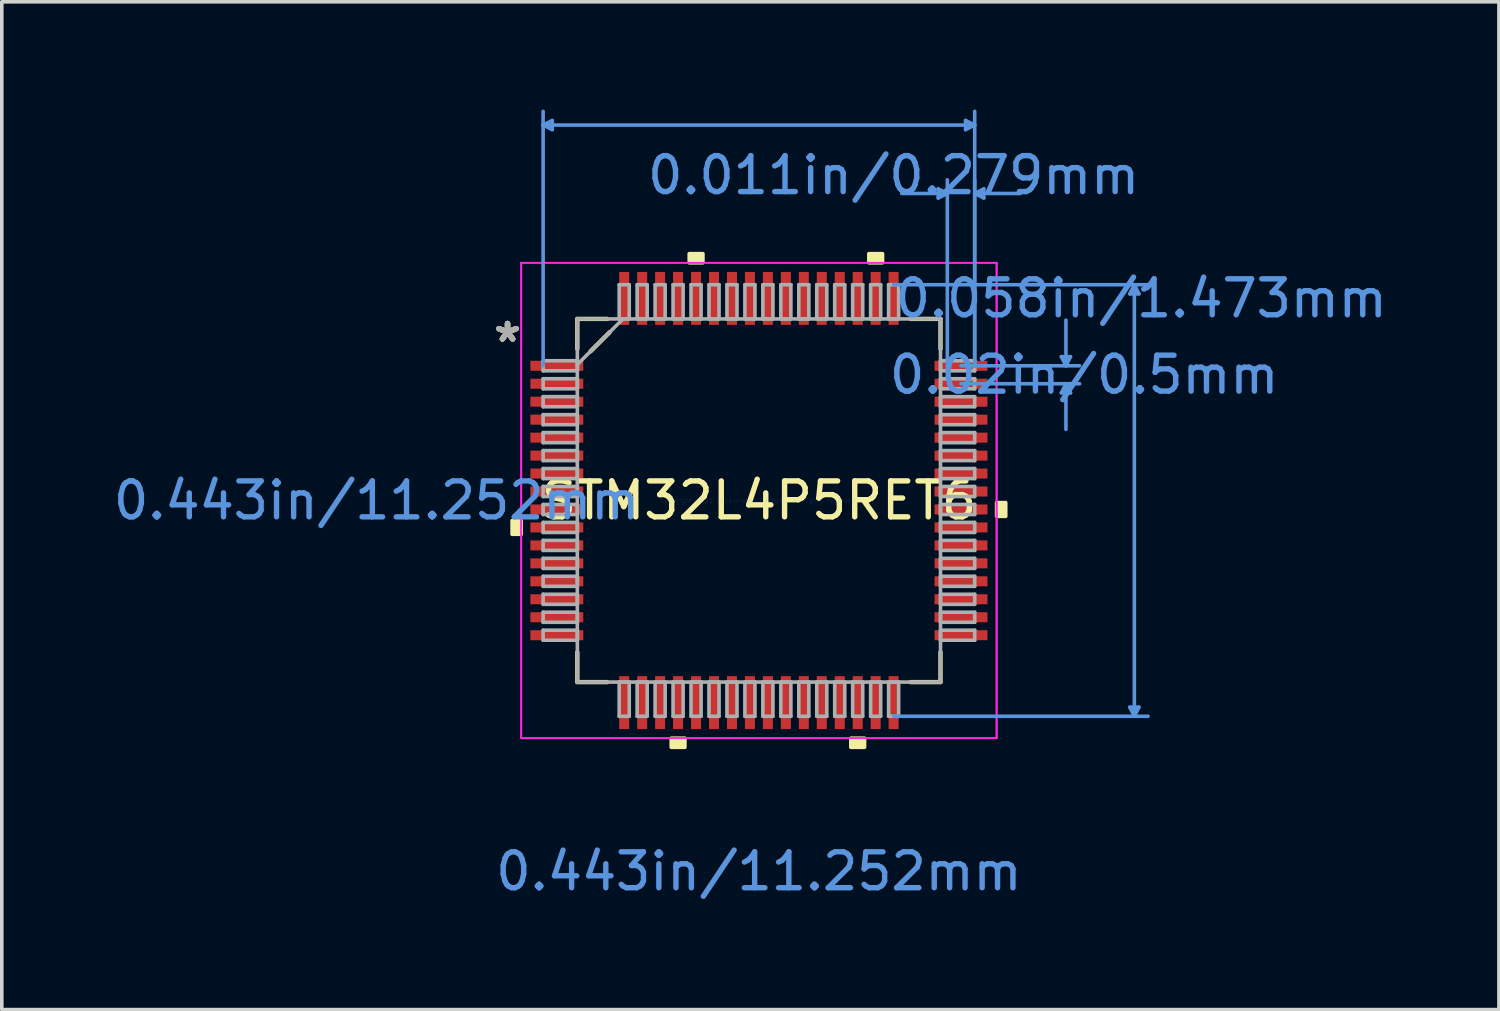
<source format=kicad_pcb>
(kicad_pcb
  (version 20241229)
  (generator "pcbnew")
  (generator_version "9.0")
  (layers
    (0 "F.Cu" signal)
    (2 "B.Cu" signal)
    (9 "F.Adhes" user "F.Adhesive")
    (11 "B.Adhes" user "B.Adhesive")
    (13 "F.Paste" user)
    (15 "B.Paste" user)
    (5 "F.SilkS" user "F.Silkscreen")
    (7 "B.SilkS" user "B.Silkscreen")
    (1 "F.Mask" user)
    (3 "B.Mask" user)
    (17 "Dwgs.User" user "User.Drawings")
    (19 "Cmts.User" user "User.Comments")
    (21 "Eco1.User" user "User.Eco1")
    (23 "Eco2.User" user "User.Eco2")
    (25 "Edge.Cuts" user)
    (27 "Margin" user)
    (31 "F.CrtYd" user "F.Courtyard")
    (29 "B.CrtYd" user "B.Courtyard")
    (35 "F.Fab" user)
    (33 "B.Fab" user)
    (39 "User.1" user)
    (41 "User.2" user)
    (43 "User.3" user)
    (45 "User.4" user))
  (footprint "STM32L4P5RET6"
    (layer "F.Cu")
    (at 18.077 10.883)
    (property "Reference" "STM32L4P5RET6" (at 0 0 0) (layer "F.SilkS") (effects (font (size 1 1) (thickness 0.15))))
    (attr through_hole)
    (fp_line (start -5.055 -5.055) (end -5.055 -4.222) (stroke (width 0.12) (type solid)) (layer "F.SilkS"))
    (fp_line (start -5.055 4.222) (end -5.055 5.055) (stroke (width 0.12) (type solid)) (layer "F.SilkS"))
    (fp_line (start -5.055 5.055) (end -4.222 5.055) (stroke (width 0.12) (type solid)) (layer "F.SilkS"))
    (fp_line (start -4.686 -4.153) (end -4.153 -4.686) (stroke (width 0.12) (type solid)) (layer "F.SilkS"))
    (fp_line (start -4.222 -5.055) (end -5.055 -5.055) (stroke (width 0.12) (type solid)) (layer "F.SilkS"))
    (fp_line (start 4.222 5.055) (end 5.055 5.055) (stroke (width 0.12) (type solid)) (layer "F.SilkS"))
    (fp_line (start 5.055 -5.055) (end 4.222 -5.055) (stroke (width 0.12) (type solid)) (layer "F.SilkS"))
    (fp_line (start 5.055 -4.222) (end 5.055 -5.055) (stroke (width 0.12) (type solid)) (layer "F.SilkS"))
    (fp_line (start 5.055 5.055) (end 5.055 4.222) (stroke (width 0.12) (type solid)) (layer "F.SilkS"))
    (fp_poly (pts (xy -6.871 0.56) (xy -6.871 0.941) (xy -6.617 0.941) (xy -6.617 0.56)) (stroke (width 0.1) (type solid)) (fill yes) (layer "F.SilkS"))
    (fp_poly (pts (xy -2.441 6.617) (xy -2.441 6.871) (xy -2.06 6.871) (xy -2.06 6.617)) (stroke (width 0.1) (type solid)) (fill yes) (layer "F.SilkS"))
    (fp_poly (pts (xy -1.94 -6.617) (xy -1.94 -6.871) (xy -1.559 -6.871) (xy -1.559 -6.617)) (stroke (width 0.1) (type solid)) (fill yes) (layer "F.SilkS"))
    (fp_poly (pts (xy 2.559 6.617) (xy 2.559 6.871) (xy 2.941 6.871) (xy 2.941 6.617)) (stroke (width 0.1) (type solid)) (fill yes) (layer "F.SilkS"))
    (fp_poly (pts (xy 3.06 -6.617) (xy 3.06 -6.871) (xy 3.441 -6.871) (xy 3.441 -6.617)) (stroke (width 0.1) (type solid)) (fill yes) (layer "F.SilkS"))
    (fp_poly (pts (xy 6.871 0.059) (xy 6.871 0.441) (xy 6.617 0.441) (xy 6.617 0.059)) (stroke (width 0.1) (type solid)) (fill yes) (layer "F.SilkS"))
    (fp_line (start -6.007 -10.452) (end -5.753 -10.579) (stroke (width 0.1) (type solid)) (layer "Cmts.User"))
    (fp_line (start -6.007 -10.452) (end -5.753 -10.325) (stroke (width 0.1) (type solid)) (layer "Cmts.User"))
    (fp_line (start -6.007 -10.452) (end 6.007 -10.452) (stroke (width 0.1) (type solid)) (layer "Cmts.User"))
    (fp_line (start -6.007 -3.75) (end -6.007 -10.833) (stroke (width 0.1) (type solid)) (layer "Cmts.User"))
    (fp_line (start -5.753 -10.579) (end -5.753 -10.325) (stroke (width 0.1) (type solid)) (layer "Cmts.User"))
    (fp_line (start 3.75 -6.007) (end 10.833 -6.007) (stroke (width 0.1) (type solid)) (layer "Cmts.User"))
    (fp_line (start 3.75 6.007) (end 10.833 6.007) (stroke (width 0.1) (type solid)) (layer "Cmts.User"))
    (fp_line (start 4.991 -8.674) (end 4.991 -8.42) (stroke (width 0.1) (type solid)) (layer "Cmts.User"))
    (fp_line (start 5.245 -8.547) (end 3.975 -8.547) (stroke (width 0.1) (type solid)) (layer "Cmts.User"))
    (fp_line (start 5.245 -8.547) (end 4.991 -8.674) (stroke (width 0.1) (type solid)) (layer "Cmts.User"))
    (fp_line (start 5.245 -8.547) (end 4.991 -8.42) (stroke (width 0.1) (type solid)) (layer "Cmts.User"))
    (fp_line (start 5.245 -3.75) (end 5.245 -8.928) (stroke (width 0.1) (type solid)) (layer "Cmts.User"))
    (fp_line (start 5.626 -3.75) (end 8.928 -3.75) (stroke (width 0.1) (type solid)) (layer "Cmts.User"))
    (fp_line (start 5.626 -3.25) (end 8.928 -3.25) (stroke (width 0.1) (type solid)) (layer "Cmts.User"))
    (fp_line (start 5.753 -10.579) (end 5.753 -10.325) (stroke (width 0.1) (type solid)) (layer "Cmts.User"))
    (fp_line (start 6.007 -10.452) (end 5.753 -10.579) (stroke (width 0.1) (type solid)) (layer "Cmts.User"))
    (fp_line (start 6.007 -10.452) (end 5.753 -10.325) (stroke (width 0.1) (type solid)) (layer "Cmts.User"))
    (fp_line (start 6.007 -8.547) (end 6.261 -8.674) (stroke (width 0.1) (type solid)) (layer "Cmts.User"))
    (fp_line (start 6.007 -8.547) (end 6.261 -8.42) (stroke (width 0.1) (type solid)) (layer "Cmts.User"))
    (fp_line (start 6.007 -8.547) (end 7.277 -8.547) (stroke (width 0.1) (type solid)) (layer "Cmts.User"))
    (fp_line (start 6.007 -3.75) (end 6.007 -10.833) (stroke (width 0.1) (type solid)) (layer "Cmts.User"))
    (fp_line (start 6.007 -3.75) (end 6.007 -8.928) (stroke (width 0.1) (type solid)) (layer "Cmts.User"))
    (fp_line (start 6.261 -8.674) (end 6.261 -8.42) (stroke (width 0.1) (type solid)) (layer "Cmts.User"))
    (fp_line (start 8.42 -4.004) (end 8.674 -4.004) (stroke (width 0.1) (type solid)) (layer "Cmts.User"))
    (fp_line (start 8.42 -2.996) (end 8.674 -2.996) (stroke (width 0.1) (type solid)) (layer "Cmts.User"))
    (fp_line (start 8.547 -3.75) (end 8.42 -4.004) (stroke (width 0.1) (type solid)) (layer "Cmts.User"))
    (fp_line (start 8.547 -3.75) (end 8.547 -5.02) (stroke (width 0.1) (type solid)) (layer "Cmts.User"))
    (fp_line (start 8.547 -3.75) (end 8.674 -4.004) (stroke (width 0.1) (type solid)) (layer "Cmts.User"))
    (fp_line (start 8.547 -3.25) (end 8.42 -2.996) (stroke (width 0.1) (type solid)) (layer "Cmts.User"))
    (fp_line (start 8.547 -3.25) (end 8.547 -1.98) (stroke (width 0.1) (type solid)) (layer "Cmts.User"))
    (fp_line (start 8.547 -3.25) (end 8.674 -2.996) (stroke (width 0.1) (type solid)) (layer "Cmts.User"))
    (fp_line (start 10.325 -5.753) (end 10.579 -5.753) (stroke (width 0.1) (type solid)) (layer "Cmts.User"))
    (fp_line (start 10.325 5.753) (end 10.579 5.753) (stroke (width 0.1) (type solid)) (layer "Cmts.User"))
    (fp_line (start 10.452 -6.007) (end 10.325 -5.753) (stroke (width 0.1) (type solid)) (layer "Cmts.User"))
    (fp_line (start 10.452 -6.007) (end 10.452 6.007) (stroke (width 0.1) (type solid)) (layer "Cmts.User"))
    (fp_line (start 10.452 -6.007) (end 10.579 -5.753) (stroke (width 0.1) (type solid)) (layer "Cmts.User"))
    (fp_line (start 10.452 6.007) (end 10.325 5.753) (stroke (width 0.1) (type solid)) (layer "Cmts.User"))
    (fp_line (start 10.452 6.007) (end 10.579 5.753) (stroke (width 0.1) (type solid)) (layer "Cmts.User"))
    (fp_line (start -6.617 -6.617) (end 6.617 -6.617) (stroke (width 0.05) (type solid)) (layer "F.CrtYd"))
    (fp_line (start -6.617 -6.617) (end 6.617 -6.617) (stroke (width 0.05) (type solid)) (layer "F.CrtYd"))
    (fp_line (start -6.617 6.617) (end -6.617 -6.617) (stroke (width 0.05) (type solid)) (layer "F.CrtYd"))
    (fp_line (start -6.617 6.617) (end -6.617 -6.617) (stroke (width 0.05) (type solid)) (layer "F.CrtYd"))
    (fp_line (start 6.617 -6.617) (end 6.617 6.617) (stroke (width 0.05) (type solid)) (layer "F.CrtYd"))
    (fp_line (start 6.617 -6.617) (end 6.617 6.617) (stroke (width 0.05) (type solid)) (layer "F.CrtYd"))
    (fp_line (start 6.617 6.617) (end -6.617 6.617) (stroke (width 0.05) (type solid)) (layer "F.CrtYd"))
    (fp_line (start 6.617 6.617) (end -6.617 6.617) (stroke (width 0.05) (type solid)) (layer "F.CrtYd"))
    (fp_line (start -6.007 -3.89) (end -6.007 -3.61) (stroke (width 0.1) (type solid)) (layer "F.Fab"))
    (fp_line (start -6.007 -3.61) (end -5.055 -3.61) (stroke (width 0.1) (type solid)) (layer "F.Fab"))
    (fp_line (start -6.007 -3.39) (end -6.007 -3.11) (stroke (width 0.1) (type solid)) (layer "F.Fab"))
    (fp_line (start -6.007 -3.11) (end -5.055 -3.11) (stroke (width 0.1) (type solid)) (layer "F.Fab"))
    (fp_line (start -6.007 -2.89) (end -6.007 -2.61) (stroke (width 0.1) (type solid)) (layer "F.Fab"))
    (fp_line (start -6.007 -2.61) (end -5.055 -2.61) (stroke (width 0.1) (type solid)) (layer "F.Fab"))
    (fp_line (start -6.007 -2.39) (end -6.007 -2.11) (stroke (width 0.1) (type solid)) (layer "F.Fab"))
    (fp_line (start -6.007 -2.11) (end -5.055 -2.11) (stroke (width 0.1) (type solid)) (layer "F.Fab"))
    (fp_line (start -6.007 -1.89) (end -6.007 -1.61) (stroke (width 0.1) (type solid)) (layer "F.Fab"))
    (fp_line (start -6.007 -1.61) (end -5.055 -1.61) (stroke (width 0.1) (type solid)) (layer "F.Fab"))
    (fp_line (start -6.007 -1.39) (end -6.007 -1.11) (stroke (width 0.1) (type solid)) (layer "F.Fab"))
    (fp_line (start -6.007 -1.11) (end -5.055 -1.11) (stroke (width 0.1) (type solid)) (layer "F.Fab"))
    (fp_line (start -6.007 -0.89) (end -6.007 -0.61) (stroke (width 0.1) (type solid)) (layer "F.Fab"))
    (fp_line (start -6.007 -0.61) (end -5.055 -0.61) (stroke (width 0.1) (type solid)) (layer "F.Fab"))
    (fp_line (start -6.007 -0.39) (end -6.007 -0.11) (stroke (width 0.1) (type solid)) (layer "F.Fab"))
    (fp_line (start -6.007 -0.11) (end -5.055 -0.11) (stroke (width 0.1) (type solid)) (layer "F.Fab"))
    (fp_line (start -6.007 0.11) (end -6.007 0.39) (stroke (width 0.1) (type solid)) (layer "F.Fab"))
    (fp_line (start -6.007 0.39) (end -5.055 0.39) (stroke (width 0.1) (type solid)) (layer "F.Fab"))
    (fp_line (start -6.007 0.61) (end -6.007 0.89) (stroke (width 0.1) (type solid)) (layer "F.Fab"))
    (fp_line (start -6.007 0.89) (end -5.055 0.89) (stroke (width 0.1) (type solid)) (layer "F.Fab"))
    (fp_line (start -6.007 1.11) (end -6.007 1.39) (stroke (width 0.1) (type solid)) (layer "F.Fab"))
    (fp_line (start -6.007 1.39) (end -5.055 1.39) (stroke (width 0.1) (type solid)) (layer "F.Fab"))
    (fp_line (start -6.007 1.61) (end -6.007 1.89) (stroke (width 0.1) (type solid)) (layer "F.Fab"))
    (fp_line (start -6.007 1.89) (end -5.055 1.89) (stroke (width 0.1) (type solid)) (layer "F.Fab"))
    (fp_line (start -6.007 2.11) (end -6.007 2.39) (stroke (width 0.1) (type solid)) (layer "F.Fab"))
    (fp_line (start -6.007 2.39) (end -5.055 2.39) (stroke (width 0.1) (type solid)) (layer "F.Fab"))
    (fp_line (start -6.007 2.61) (end -6.007 2.89) (stroke (width 0.1) (type solid)) (layer "F.Fab"))
    (fp_line (start -6.007 2.89) (end -5.055 2.89) (stroke (width 0.1) (type solid)) (layer "F.Fab"))
    (fp_line (start -6.007 3.11) (end -6.007 3.39) (stroke (width 0.1) (type solid)) (layer "F.Fab"))
    (fp_line (start -6.007 3.39) (end -5.055 3.39) (stroke (width 0.1) (type solid)) (layer "F.Fab"))
    (fp_line (start -6.007 3.61) (end -6.007 3.89) (stroke (width 0.1) (type solid)) (layer "F.Fab"))
    (fp_line (start -6.007 3.89) (end -5.055 3.89) (stroke (width 0.1) (type solid)) (layer "F.Fab"))
    (fp_line (start -5.055 -5.055) (end -5.055 -5.055) (stroke (width 0.1) (type solid)) (layer "F.Fab"))
    (fp_line (start -5.055 -5.055) (end -5.055 5.055) (stroke (width 0.1) (type solid)) (layer "F.Fab"))
    (fp_line (start -5.055 -3.89) (end -6.007 -3.89) (stroke (width 0.1) (type solid)) (layer "F.Fab"))
    (fp_line (start -5.055 -3.785) (end -3.785 -5.055) (stroke (width 0.1) (type solid)) (layer "F.Fab"))
    (fp_line (start -5.055 -3.61) (end -5.055 -3.89) (stroke (width 0.1) (type solid)) (layer "F.Fab"))
    (fp_line (start -5.055 -3.39) (end -6.007 -3.39) (stroke (width 0.1) (type solid)) (layer "F.Fab"))
    (fp_line (start -5.055 -3.11) (end -5.055 -3.39) (stroke (width 0.1) (type solid)) (layer "F.Fab"))
    (fp_line (start -5.055 -2.89) (end -6.007 -2.89) (stroke (width 0.1) (type solid)) (layer "F.Fab"))
    (fp_line (start -5.055 -2.61) (end -5.055 -2.89) (stroke (width 0.1) (type solid)) (layer "F.Fab"))
    (fp_line (start -5.055 -2.39) (end -6.007 -2.39) (stroke (width 0.1) (type solid)) (layer "F.Fab"))
    (fp_line (start -5.055 -2.11) (end -5.055 -2.39) (stroke (width 0.1) (type solid)) (layer "F.Fab"))
    (fp_line (start -5.055 -1.89) (end -6.007 -1.89) (stroke (width 0.1) (type solid)) (layer "F.Fab"))
    (fp_line (start -5.055 -1.61) (end -5.055 -1.89) (stroke (width 0.1) (type solid)) (layer "F.Fab"))
    (fp_line (start -5.055 -1.39) (end -6.007 -1.39) (stroke (width 0.1) (type solid)) (layer "F.Fab"))
    (fp_line (start -5.055 -1.11) (end -5.055 -1.39) (stroke (width 0.1) (type solid)) (layer "F.Fab"))
    (fp_line (start -5.055 -0.89) (end -6.007 -0.89) (stroke (width 0.1) (type solid)) (layer "F.Fab"))
    (fp_line (start -5.055 -0.61) (end -5.055 -0.89) (stroke (width 0.1) (type solid)) (layer "F.Fab"))
    (fp_line (start -5.055 -0.39) (end -6.007 -0.39) (stroke (width 0.1) (type solid)) (layer "F.Fab"))
    (fp_line (start -5.055 -0.11) (end -5.055 -0.39) (stroke (width 0.1) (type solid)) (layer "F.Fab"))
    (fp_line (start -5.055 0.11) (end -6.007 0.11) (stroke (width 0.1) (type solid)) (layer "F.Fab"))
    (fp_line (start -5.055 0.39) (end -5.055 0.11) (stroke (width 0.1) (type solid)) (layer "F.Fab"))
    (fp_line (start -5.055 0.61) (end -6.007 0.61) (stroke (width 0.1) (type solid)) (layer "F.Fab"))
    (fp_line (start -5.055 0.89) (end -5.055 0.61) (stroke (width 0.1) (type solid)) (layer "F.Fab"))
    (fp_line (start -5.055 1.11) (end -6.007 1.11) (stroke (width 0.1) (type solid)) (layer "F.Fab"))
    (fp_line (start -5.055 1.39) (end -5.055 1.11) (stroke (width 0.1) (type solid)) (layer "F.Fab"))
    (fp_line (start -5.055 1.61) (end -6.007 1.61) (stroke (width 0.1) (type solid)) (layer "F.Fab"))
    (fp_line (start -5.055 1.89) (end -5.055 1.61) (stroke (width 0.1) (type solid)) (layer "F.Fab"))
    (fp_line (start -5.055 2.11) (end -6.007 2.11) (stroke (width 0.1) (type solid)) (layer "F.Fab"))
    (fp_line (start -5.055 2.39) (end -5.055 2.11) (stroke (width 0.1) (type solid)) (layer "F.Fab"))
    (fp_line (start -5.055 2.61) (end -6.007 2.61) (stroke (width 0.1) (type solid)) (layer "F.Fab"))
    (fp_line (start -5.055 2.89) (end -5.055 2.61) (stroke (width 0.1) (type solid)) (layer "F.Fab"))
    (fp_line (start -5.055 3.11) (end -6.007 3.11) (stroke (width 0.1) (type solid)) (layer "F.Fab"))
    (fp_line (start -5.055 3.39) (end -5.055 3.11) (stroke (width 0.1) (type solid)) (layer "F.Fab"))
    (fp_line (start -5.055 3.61) (end -6.007 3.61) (stroke (width 0.1) (type solid)) (layer "F.Fab"))
    (fp_line (start -5.055 3.89) (end -5.055 3.61) (stroke (width 0.1) (type solid)) (layer "F.Fab"))
    (fp_line (start -5.055 5.055) (end -5.055 5.055) (stroke (width 0.1) (type solid)) (layer "F.Fab"))
    (fp_line (start -5.055 5.055) (end 5.055 5.055) (stroke (width 0.1) (type solid)) (layer "F.Fab"))
    (fp_line (start -3.89 -6.007) (end -3.89 -5.055) (stroke (width 0.1) (type solid)) (layer "F.Fab"))
    (fp_line (start -3.89 -5.055) (end -3.61 -5.055) (stroke (width 0.1) (type solid)) (layer "F.Fab"))
    (fp_line (start -3.89 5.055) (end -3.89 6.007) (stroke (width 0.1) (type solid)) (layer "F.Fab"))
    (fp_line (start -3.89 6.007) (end -3.61 6.007) (stroke (width 0.1) (type solid)) (layer "F.Fab"))
    (fp_line (start -3.61 -6.007) (end -3.89 -6.007) (stroke (width 0.1) (type solid)) (layer "F.Fab"))
    (fp_line (start -3.61 -5.055) (end -3.61 -6.007) (stroke (width 0.1) (type solid)) (layer "F.Fab"))
    (fp_line (start -3.61 5.055) (end -3.89 5.055) (stroke (width 0.1) (type solid)) (layer "F.Fab"))
    (fp_line (start -3.61 6.007) (end -3.61 5.055) (stroke (width 0.1) (type solid)) (layer "F.Fab"))
    (fp_line (start -3.39 -6.007) (end -3.39 -5.055) (stroke (width 0.1) (type solid)) (layer "F.Fab"))
    (fp_line (start -3.39 -5.055) (end -3.11 -5.055) (stroke (width 0.1) (type solid)) (layer "F.Fab"))
    (fp_line (start -3.39 5.055) (end -3.39 6.007) (stroke (width 0.1) (type solid)) (layer "F.Fab"))
    (fp_line (start -3.39 6.007) (end -3.11 6.007) (stroke (width 0.1) (type solid)) (layer "F.Fab"))
    (fp_line (start -3.11 -6.007) (end -3.39 -6.007) (stroke (width 0.1) (type solid)) (layer "F.Fab"))
    (fp_line (start -3.11 -5.055) (end -3.11 -6.007) (stroke (width 0.1) (type solid)) (layer "F.Fab"))
    (fp_line (start -3.11 5.055) (end -3.39 5.055) (stroke (width 0.1) (type solid)) (layer "F.Fab"))
    (fp_line (start -3.11 6.007) (end -3.11 5.055) (stroke (width 0.1) (type solid)) (layer "F.Fab"))
    (fp_line (start -2.89 -6.007) (end -2.89 -5.055) (stroke (width 0.1) (type solid)) (layer "F.Fab"))
    (fp_line (start -2.89 -5.055) (end -2.61 -5.055) (stroke (width 0.1) (type solid)) (layer "F.Fab"))
    (fp_line (start -2.89 5.055) (end -2.89 6.007) (stroke (width 0.1) (type solid)) (layer "F.Fab"))
    (fp_line (start -2.89 6.007) (end -2.61 6.007) (stroke (width 0.1) (type solid)) (layer "F.Fab"))
    (fp_line (start -2.61 -6.007) (end -2.89 -6.007) (stroke (width 0.1) (type solid)) (layer "F.Fab"))
    (fp_line (start -2.61 -5.055) (end -2.61 -6.007) (stroke (width 0.1) (type solid)) (layer "F.Fab"))
    (fp_line (start -2.61 5.055) (end -2.89 5.055) (stroke (width 0.1) (type solid)) (layer "F.Fab"))
    (fp_line (start -2.61 6.007) (end -2.61 5.055) (stroke (width 0.1) (type solid)) (layer "F.Fab"))
    (fp_line (start -2.39 -6.007) (end -2.39 -5.055) (stroke (width 0.1) (type solid)) (layer "F.Fab"))
    (fp_line (start -2.39 -5.055) (end -2.11 -5.055) (stroke (width 0.1) (type solid)) (layer "F.Fab"))
    (fp_line (start -2.39 5.055) (end -2.39 6.007) (stroke (width 0.1) (type solid)) (layer "F.Fab"))
    (fp_line (start -2.39 6.007) (end -2.11 6.007) (stroke (width 0.1) (type solid)) (layer "F.Fab"))
    (fp_line (start -2.11 -6.007) (end -2.39 -6.007) (stroke (width 0.1) (type solid)) (layer "F.Fab"))
    (fp_line (start -2.11 -5.055) (end -2.11 -6.007) (stroke (width 0.1) (type solid)) (layer "F.Fab"))
    (fp_line (start -2.11 5.055) (end -2.39 5.055) (stroke (width 0.1) (type solid)) (layer "F.Fab"))
    (fp_line (start -2.11 6.007) (end -2.11 5.055) (stroke (width 0.1) (type solid)) (layer "F.Fab"))
    (fp_line (start -1.89 -6.007) (end -1.89 -5.055) (stroke (width 0.1) (type solid)) (layer "F.Fab"))
    (fp_line (start -1.89 -5.055) (end -1.61 -5.055) (stroke (width 0.1) (type solid)) (layer "F.Fab"))
    (fp_line (start -1.89 5.055) (end -1.89 6.007) (stroke (width 0.1) (type solid)) (layer "F.Fab"))
    (fp_line (start -1.89 6.007) (end -1.61 6.007) (stroke (width 0.1) (type solid)) (layer "F.Fab"))
    (fp_line (start -1.61 -6.007) (end -1.89 -6.007) (stroke (width 0.1) (type solid)) (layer "F.Fab"))
    (fp_line (start -1.61 -5.055) (end -1.61 -6.007) (stroke (width 0.1) (type solid)) (layer "F.Fab"))
    (fp_line (start -1.61 5.055) (end -1.89 5.055) (stroke (width 0.1) (type solid)) (layer "F.Fab"))
    (fp_line (start -1.61 6.007) (end -1.61 5.055) (stroke (width 0.1) (type solid)) (layer "F.Fab"))
    (fp_line (start -1.39 -6.007) (end -1.39 -5.055) (stroke (width 0.1) (type solid)) (layer "F.Fab"))
    (fp_line (start -1.39 -5.055) (end -1.11 -5.055) (stroke (width 0.1) (type solid)) (layer "F.Fab"))
    (fp_line (start -1.39 5.055) (end -1.39 6.007) (stroke (width 0.1) (type solid)) (layer "F.Fab"))
    (fp_line (start -1.39 6.007) (end -1.11 6.007) (stroke (width 0.1) (type solid)) (layer "F.Fab"))
    (fp_line (start -1.11 -6.007) (end -1.39 -6.007) (stroke (width 0.1) (type solid)) (layer "F.Fab"))
    (fp_line (start -1.11 -5.055) (end -1.11 -6.007) (stroke (width 0.1) (type solid)) (layer "F.Fab"))
    (fp_line (start -1.11 5.055) (end -1.39 5.055) (stroke (width 0.1) (type solid)) (layer "F.Fab"))
    (fp_line (start -1.11 6.007) (end -1.11 5.055) (stroke (width 0.1) (type solid)) (layer "F.Fab"))
    (fp_line (start -0.89 -6.007) (end -0.89 -5.055) (stroke (width 0.1) (type solid)) (layer "F.Fab"))
    (fp_line (start -0.89 -5.055) (end -0.61 -5.055) (stroke (width 0.1) (type solid)) (layer "F.Fab"))
    (fp_line (start -0.89 5.055) (end -0.89 6.007) (stroke (width 0.1) (type solid)) (layer "F.Fab"))
    (fp_line (start -0.89 6.007) (end -0.61 6.007) (stroke (width 0.1) (type solid)) (layer "F.Fab"))
    (fp_line (start -0.61 -6.007) (end -0.89 -6.007) (stroke (width 0.1) (type solid)) (layer "F.Fab"))
    (fp_line (start -0.61 -5.055) (end -0.61 -6.007) (stroke (width 0.1) (type solid)) (layer "F.Fab"))
    (fp_line (start -0.61 5.055) (end -0.89 5.055) (stroke (width 0.1) (type solid)) (layer "F.Fab"))
    (fp_line (start -0.61 6.007) (end -0.61 5.055) (stroke (width 0.1) (type solid)) (layer "F.Fab"))
    (fp_line (start -0.39 -6.007) (end -0.39 -5.055) (stroke (width 0.1) (type solid)) (layer "F.Fab"))
    (fp_line (start -0.39 -5.055) (end -0.11 -5.055) (stroke (width 0.1) (type solid)) (layer "F.Fab"))
    (fp_line (start -0.39 5.055) (end -0.39 6.007) (stroke (width 0.1) (type solid)) (layer "F.Fab"))
    (fp_line (start -0.39 6.007) (end -0.11 6.007) (stroke (width 0.1) (type solid)) (layer "F.Fab"))
    (fp_line (start -0.11 -6.007) (end -0.39 -6.007) (stroke (width 0.1) (type solid)) (layer "F.Fab"))
    (fp_line (start -0.11 -5.055) (end -0.11 -6.007) (stroke (width 0.1) (type solid)) (layer "F.Fab"))
    (fp_line (start -0.11 5.055) (end -0.39 5.055) (stroke (width 0.1) (type solid)) (layer "F.Fab"))
    (fp_line (start -0.11 6.007) (end -0.11 5.055) (stroke (width 0.1) (type solid)) (layer "F.Fab"))
    (fp_line (start 0.11 -6.007) (end 0.11 -5.055) (stroke (width 0.1) (type solid)) (layer "F.Fab"))
    (fp_line (start 0.11 -5.055) (end 0.39 -5.055) (stroke (width 0.1) (type solid)) (layer "F.Fab"))
    (fp_line (start 0.11 5.055) (end 0.11 6.007) (stroke (width 0.1) (type solid)) (layer "F.Fab"))
    (fp_line (start 0.11 6.007) (end 0.39 6.007) (stroke (width 0.1) (type solid)) (layer "F.Fab"))
    (fp_line (start 0.39 -6.007) (end 0.11 -6.007) (stroke (width 0.1) (type solid)) (layer "F.Fab"))
    (fp_line (start 0.39 -5.055) (end 0.39 -6.007) (stroke (width 0.1) (type solid)) (layer "F.Fab"))
    (fp_line (start 0.39 5.055) (end 0.11 5.055) (stroke (width 0.1) (type solid)) (layer "F.Fab"))
    (fp_line (start 0.39 6.007) (end 0.39 5.055) (stroke (width 0.1) (type solid)) (layer "F.Fab"))
    (fp_line (start 0.61 -6.007) (end 0.61 -5.055) (stroke (width 0.1) (type solid)) (layer "F.Fab"))
    (fp_line (start 0.61 -5.055) (end 0.89 -5.055) (stroke (width 0.1) (type solid)) (layer "F.Fab"))
    (fp_line (start 0.61 5.055) (end 0.61 6.007) (stroke (width 0.1) (type solid)) (layer "F.Fab"))
    (fp_line (start 0.61 6.007) (end 0.89 6.007) (stroke (width 0.1) (type solid)) (layer "F.Fab"))
    (fp_line (start 0.89 -6.007) (end 0.61 -6.007) (stroke (width 0.1) (type solid)) (layer "F.Fab"))
    (fp_line (start 0.89 -5.055) (end 0.89 -6.007) (stroke (width 0.1) (type solid)) (layer "F.Fab"))
    (fp_line (start 0.89 5.055) (end 0.61 5.055) (stroke (width 0.1) (type solid)) (layer "F.Fab"))
    (fp_line (start 0.89 6.007) (end 0.89 5.055) (stroke (width 0.1) (type solid)) (layer "F.Fab"))
    (fp_line (start 1.11 -6.007) (end 1.11 -5.055) (stroke (width 0.1) (type solid)) (layer "F.Fab"))
    (fp_line (start 1.11 -5.055) (end 1.39 -5.055) (stroke (width 0.1) (type solid)) (layer "F.Fab"))
    (fp_line (start 1.11 5.055) (end 1.11 6.007) (stroke (width 0.1) (type solid)) (layer "F.Fab"))
    (fp_line (start 1.11 6.007) (end 1.39 6.007) (stroke (width 0.1) (type solid)) (layer "F.Fab"))
    (fp_line (start 1.39 -6.007) (end 1.11 -6.007) (stroke (width 0.1) (type solid)) (layer "F.Fab"))
    (fp_line (start 1.39 -5.055) (end 1.39 -6.007) (stroke (width 0.1) (type solid)) (layer "F.Fab"))
    (fp_line (start 1.39 5.055) (end 1.11 5.055) (stroke (width 0.1) (type solid)) (layer "F.Fab"))
    (fp_line (start 1.39 6.007) (end 1.39 5.055) (stroke (width 0.1) (type solid)) (layer "F.Fab"))
    (fp_line (start 1.61 -6.007) (end 1.61 -5.055) (stroke (width 0.1) (type solid)) (layer "F.Fab"))
    (fp_line (start 1.61 -5.055) (end 1.89 -5.055) (stroke (width 0.1) (type solid)) (layer "F.Fab"))
    (fp_line (start 1.61 5.055) (end 1.61 6.007) (stroke (width 0.1) (type solid)) (layer "F.Fab"))
    (fp_line (start 1.61 6.007) (end 1.89 6.007) (stroke (width 0.1) (type solid)) (layer "F.Fab"))
    (fp_line (start 1.89 -6.007) (end 1.61 -6.007) (stroke (width 0.1) (type solid)) (layer "F.Fab"))
    (fp_line (start 1.89 -5.055) (end 1.89 -6.007) (stroke (width 0.1) (type solid)) (layer "F.Fab"))
    (fp_line (start 1.89 5.055) (end 1.61 5.055) (stroke (width 0.1) (type solid)) (layer "F.Fab"))
    (fp_line (start 1.89 6.007) (end 1.89 5.055) (stroke (width 0.1) (type solid)) (layer "F.Fab"))
    (fp_line (start 2.11 -6.007) (end 2.11 -5.055) (stroke (width 0.1) (type solid)) (layer "F.Fab"))
    (fp_line (start 2.11 -5.055) (end 2.39 -5.055) (stroke (width 0.1) (type solid)) (layer "F.Fab"))
    (fp_line (start 2.11 5.055) (end 2.11 6.007) (stroke (width 0.1) (type solid)) (layer "F.Fab"))
    (fp_line (start 2.11 6.007) (end 2.39 6.007) (stroke (width 0.1) (type solid)) (layer "F.Fab"))
    (fp_line (start 2.39 -6.007) (end 2.11 -6.007) (stroke (width 0.1) (type solid)) (layer "F.Fab"))
    (fp_line (start 2.39 -5.055) (end 2.39 -6.007) (stroke (width 0.1) (type solid)) (layer "F.Fab"))
    (fp_line (start 2.39 5.055) (end 2.11 5.055) (stroke (width 0.1) (type solid)) (layer "F.Fab"))
    (fp_line (start 2.39 6.007) (end 2.39 5.055) (stroke (width 0.1) (type solid)) (layer "F.Fab"))
    (fp_line (start 2.61 -6.007) (end 2.61 -5.055) (stroke (width 0.1) (type solid)) (layer "F.Fab"))
    (fp_line (start 2.61 -5.055) (end 2.89 -5.055) (stroke (width 0.1) (type solid)) (layer "F.Fab"))
    (fp_line (start 2.61 5.055) (end 2.61 6.007) (stroke (width 0.1) (type solid)) (layer "F.Fab"))
    (fp_line (start 2.61 6.007) (end 2.89 6.007) (stroke (width 0.1) (type solid)) (layer "F.Fab"))
    (fp_line (start 2.89 -6.007) (end 2.61 -6.007) (stroke (width 0.1) (type solid)) (layer "F.Fab"))
    (fp_line (start 2.89 -5.055) (end 2.89 -6.007) (stroke (width 0.1) (type solid)) (layer "F.Fab"))
    (fp_line (start 2.89 5.055) (end 2.61 5.055) (stroke (width 0.1) (type solid)) (layer "F.Fab"))
    (fp_line (start 2.89 6.007) (end 2.89 5.055) (stroke (width 0.1) (type solid)) (layer "F.Fab"))
    (fp_line (start 3.11 -6.007) (end 3.11 -5.055) (stroke (width 0.1) (type solid)) (layer "F.Fab"))
    (fp_line (start 3.11 -5.055) (end 3.39 -5.055) (stroke (width 0.1) (type solid)) (layer "F.Fab"))
    (fp_line (start 3.11 5.055) (end 3.11 6.007) (stroke (width 0.1) (type solid)) (layer "F.Fab"))
    (fp_line (start 3.11 6.007) (end 3.39 6.007) (stroke (width 0.1) (type solid)) (layer "F.Fab"))
    (fp_line (start 3.39 -6.007) (end 3.11 -6.007) (stroke (width 0.1) (type solid)) (layer "F.Fab"))
    (fp_line (start 3.39 -5.055) (end 3.39 -6.007) (stroke (width 0.1) (type solid)) (layer "F.Fab"))
    (fp_line (start 3.39 5.055) (end 3.11 5.055) (stroke (width 0.1) (type solid)) (layer "F.Fab"))
    (fp_line (start 3.39 6.007) (end 3.39 5.055) (stroke (width 0.1) (type solid)) (layer "F.Fab"))
    (fp_line (start 3.61 -6.007) (end 3.61 -5.055) (stroke (width 0.1) (type solid)) (layer "F.Fab"))
    (fp_line (start 3.61 -5.055) (end 3.89 -5.055) (stroke (width 0.1) (type solid)) (layer "F.Fab"))
    (fp_line (start 3.61 5.055) (end 3.61 6.007) (stroke (width 0.1) (type solid)) (layer "F.Fab"))
    (fp_line (start 3.61 6.007) (end 3.89 6.007) (stroke (width 0.1) (type solid)) (layer "F.Fab"))
    (fp_line (start 3.89 -6.007) (end 3.61 -6.007) (stroke (width 0.1) (type solid)) (layer "F.Fab"))
    (fp_line (start 3.89 -5.055) (end 3.89 -6.007) (stroke (width 0.1) (type solid)) (layer "F.Fab"))
    (fp_line (start 3.89 5.055) (end 3.61 5.055) (stroke (width 0.1) (type solid)) (layer "F.Fab"))
    (fp_line (start 3.89 6.007) (end 3.89 5.055) (stroke (width 0.1) (type solid)) (layer "F.Fab"))
    (fp_line (start 5.055 -5.055) (end -5.055 -5.055) (stroke (width 0.1) (type solid)) (layer "F.Fab"))
    (fp_line (start 5.055 -5.055) (end 5.055 -5.055) (stroke (width 0.1) (type solid)) (layer "F.Fab"))
    (fp_line (start 5.055 -3.89) (end 5.055 -3.61) (stroke (width 0.1) (type solid)) (layer "F.Fab"))
    (fp_line (start 5.055 -3.61) (end 6.007 -3.61) (stroke (width 0.1) (type solid)) (layer "F.Fab"))
    (fp_line (start 5.055 -3.39) (end 5.055 -3.11) (stroke (width 0.1) (type solid)) (layer "F.Fab"))
    (fp_line (start 5.055 -3.11) (end 6.007 -3.11) (stroke (width 0.1) (type solid)) (layer "F.Fab"))
    (fp_line (start 5.055 -2.89) (end 5.055 -2.61) (stroke (width 0.1) (type solid)) (layer "F.Fab"))
    (fp_line (start 5.055 -2.61) (end 6.007 -2.61) (stroke (width 0.1) (type solid)) (layer "F.Fab"))
    (fp_line (start 5.055 -2.39) (end 5.055 -2.11) (stroke (width 0.1) (type solid)) (layer "F.Fab"))
    (fp_line (start 5.055 -2.11) (end 6.007 -2.11) (stroke (width 0.1) (type solid)) (layer "F.Fab"))
    (fp_line (start 5.055 -1.89) (end 5.055 -1.61) (stroke (width 0.1) (type solid)) (layer "F.Fab"))
    (fp_line (start 5.055 -1.61) (end 6.007 -1.61) (stroke (width 0.1) (type solid)) (layer "F.Fab"))
    (fp_line (start 5.055 -1.39) (end 5.055 -1.11) (stroke (width 0.1) (type solid)) (layer "F.Fab"))
    (fp_line (start 5.055 -1.11) (end 6.007 -1.11) (stroke (width 0.1) (type solid)) (layer "F.Fab"))
    (fp_line (start 5.055 -0.89) (end 5.055 -0.61) (stroke (width 0.1) (type solid)) (layer "F.Fab"))
    (fp_line (start 5.055 -0.61) (end 6.007 -0.61) (stroke (width 0.1) (type solid)) (layer "F.Fab"))
    (fp_line (start 5.055 -0.39) (end 5.055 -0.11) (stroke (width 0.1) (type solid)) (layer "F.Fab"))
    (fp_line (start 5.055 -0.11) (end 6.007 -0.11) (stroke (width 0.1) (type solid)) (layer "F.Fab"))
    (fp_line (start 5.055 0.11) (end 5.055 0.39) (stroke (width 0.1) (type solid)) (layer "F.Fab"))
    (fp_line (start 5.055 0.39) (end 6.007 0.39) (stroke (width 0.1) (type solid)) (layer "F.Fab"))
    (fp_line (start 5.055 0.61) (end 5.055 0.89) (stroke (width 0.1) (type solid)) (layer "F.Fab"))
    (fp_line (start 5.055 0.89) (end 6.007 0.89) (stroke (width 0.1) (type solid)) (layer "F.Fab"))
    (fp_line (start 5.055 1.11) (end 5.055 1.39) (stroke (width 0.1) (type solid)) (layer "F.Fab"))
    (fp_line (start 5.055 1.39) (end 6.007 1.39) (stroke (width 0.1) (type solid)) (layer "F.Fab"))
    (fp_line (start 5.055 1.61) (end 5.055 1.89) (stroke (width 0.1) (type solid)) (layer "F.Fab"))
    (fp_line (start 5.055 1.89) (end 6.007 1.89) (stroke (width 0.1) (type solid)) (layer "F.Fab"))
    (fp_line (start 5.055 2.11) (end 5.055 2.39) (stroke (width 0.1) (type solid)) (layer "F.Fab"))
    (fp_line (start 5.055 2.39) (end 6.007 2.39) (stroke (width 0.1) (type solid)) (layer "F.Fab"))
    (fp_line (start 5.055 2.61) (end 5.055 2.89) (stroke (width 0.1) (type solid)) (layer "F.Fab"))
    (fp_line (start 5.055 2.89) (end 6.007 2.89) (stroke (width 0.1) (type solid)) (layer "F.Fab"))
    (fp_line (start 5.055 3.11) (end 5.055 3.39) (stroke (width 0.1) (type solid)) (layer "F.Fab"))
    (fp_line (start 5.055 3.39) (end 6.007 3.39) (stroke (width 0.1) (type solid)) (layer "F.Fab"))
    (fp_line (start 5.055 3.61) (end 5.055 3.89) (stroke (width 0.1) (type solid)) (layer "F.Fab"))
    (fp_line (start 5.055 3.89) (end 6.007 3.89) (stroke (width 0.1) (type solid)) (layer "F.Fab"))
    (fp_line (start 5.055 5.055) (end 5.055 -5.055) (stroke (width 0.1) (type solid)) (layer "F.Fab"))
    (fp_line (start 5.055 5.055) (end 5.055 5.055) (stroke (width 0.1) (type solid)) (layer "F.Fab"))
    (fp_line (start 6.007 -3.89) (end 5.055 -3.89) (stroke (width 0.1) (type solid)) (layer "F.Fab"))
    (fp_line (start 6.007 -3.61) (end 6.007 -3.89) (stroke (width 0.1) (type solid)) (layer "F.Fab"))
    (fp_line (start 6.007 -3.39) (end 5.055 -3.39) (stroke (width 0.1) (type solid)) (layer "F.Fab"))
    (fp_line (start 6.007 -3.11) (end 6.007 -3.39) (stroke (width 0.1) (type solid)) (layer "F.Fab"))
    (fp_line (start 6.007 -2.89) (end 5.055 -2.89) (stroke (width 0.1) (type solid)) (layer "F.Fab"))
    (fp_line (start 6.007 -2.61) (end 6.007 -2.89) (stroke (width 0.1) (type solid)) (layer "F.Fab"))
    (fp_line (start 6.007 -2.39) (end 5.055 -2.39) (stroke (width 0.1) (type solid)) (layer "F.Fab"))
    (fp_line (start 6.007 -2.11) (end 6.007 -2.39) (stroke (width 0.1) (type solid)) (layer "F.Fab"))
    (fp_line (start 6.007 -1.89) (end 5.055 -1.89) (stroke (width 0.1) (type solid)) (layer "F.Fab"))
    (fp_line (start 6.007 -1.61) (end 6.007 -1.89) (stroke (width 0.1) (type solid)) (layer "F.Fab"))
    (fp_line (start 6.007 -1.39) (end 5.055 -1.39) (stroke (width 0.1) (type solid)) (layer "F.Fab"))
    (fp_line (start 6.007 -1.11) (end 6.007 -1.39) (stroke (width 0.1) (type solid)) (layer "F.Fab"))
    (fp_line (start 6.007 -0.89) (end 5.055 -0.89) (stroke (width 0.1) (type solid)) (layer "F.Fab"))
    (fp_line (start 6.007 -0.61) (end 6.007 -0.89) (stroke (width 0.1) (type solid)) (layer "F.Fab"))
    (fp_line (start 6.007 -0.39) (end 5.055 -0.39) (stroke (width 0.1) (type solid)) (layer "F.Fab"))
    (fp_line (start 6.007 -0.11) (end 6.007 -0.39) (stroke (width 0.1) (type solid)) (layer "F.Fab"))
    (fp_line (start 6.007 0.11) (end 5.055 0.11) (stroke (width 0.1) (type solid)) (layer "F.Fab"))
    (fp_line (start 6.007 0.39) (end 6.007 0.11) (stroke (width 0.1) (type solid)) (layer "F.Fab"))
    (fp_line (start 6.007 0.61) (end 5.055 0.61) (stroke (width 0.1) (type solid)) (layer "F.Fab"))
    (fp_line (start 6.007 0.89) (end 6.007 0.61) (stroke (width 0.1) (type solid)) (layer "F.Fab"))
    (fp_line (start 6.007 1.11) (end 5.055 1.11) (stroke (width 0.1) (type solid)) (layer "F.Fab"))
    (fp_line (start 6.007 1.39) (end 6.007 1.11) (stroke (width 0.1) (type solid)) (layer "F.Fab"))
    (fp_line (start 6.007 1.61) (end 5.055 1.61) (stroke (width 0.1) (type solid)) (layer "F.Fab"))
    (fp_line (start 6.007 1.89) (end 6.007 1.61) (stroke (width 0.1) (type solid)) (layer "F.Fab"))
    (fp_line (start 6.007 2.11) (end 5.055 2.11) (stroke (width 0.1) (type solid)) (layer "F.Fab"))
    (fp_line (start 6.007 2.39) (end 6.007 2.11) (stroke (width 0.1) (type solid)) (layer "F.Fab"))
    (fp_line (start 6.007 2.61) (end 5.055 2.61) (stroke (width 0.1) (type solid)) (layer "F.Fab"))
    (fp_line (start 6.007 2.89) (end 6.007 2.61) (stroke (width 0.1) (type solid)) (layer "F.Fab"))
    (fp_line (start 6.007 3.11) (end 5.055 3.11) (stroke (width 0.1) (type solid)) (layer "F.Fab"))
    (fp_line (start 6.007 3.39) (end 6.007 3.11) (stroke (width 0.1) (type solid)) (layer "F.Fab"))
    (fp_line (start 6.007 3.61) (end 5.055 3.61) (stroke (width 0.1) (type solid)) (layer "F.Fab"))
    (fp_line (start 6.007 3.89) (end 6.007 3.61) (stroke (width 0.1) (type solid)) (layer "F.Fab"))
    (fp_text user "*" (at -6.998 -4.381 0) (layer "F.SilkS") (effects (font (size 1 1) (thickness 0.15))))
    (fp_text user "*" (at -6.998 -4.381 0) (layer "F.SilkS") (effects (font (size 1 1) (thickness 0.15))))
    (fp_text user "0.058in/1.473mm" (at 10.643 -5.626 0) (layer "Cmts.User") (effects (font (size 1 1) (thickness 0.15))))
    (fp_text user "Copyright 2021 Accelerated Designs. All rights reserved." (at 0 0 0) (layer "Cmts.User") (effects (font (size 0.127 0.127) (thickness 0.002))))
    (fp_text user "0.443in/11.252mm" (at 0 10.325 0) (layer "Cmts.User") (effects (font (size 1 1) (thickness 0.15))))
    (fp_text user "0.443in/11.252mm" (at -10.643 0 0) (layer "Cmts.User") (effects (font (size 1 1) (thickness 0.15))))
    (fp_text user "0.02in/0.5mm" (at 9.055 -3.5 0) (layer "Cmts.User") (effects (font (size 1 1) (thickness 0.15))))
    (fp_text user "0.011in/0.279mm" (at 3.75 -9.055 0) (layer "Cmts.User") (effects (font (size 1 1) (thickness 0.15))))
    (fp_text user "*" (at -6.998 -4.381 0) (layer "F.Fab") (effects (font (size 1 1) (thickness 0.15))))
    (fp_text user "*" (at -6.998 -4.381 0) (layer "F.Fab") (effects (font (size 1 1) (thickness 0.15))))
    (pad "1" smd rect (at -5.626 -3.75 90) (size 0.279 1.473) (layers "F.Cu" "F.Mask" "F.Paste"))
    (pad "2" smd rect (at -5.626 -3.25 90) (size 0.279 1.473) (layers "F.Cu" "F.Mask" "F.Paste"))
    (pad "3" smd rect (at -5.626 -2.75 90) (size 0.279 1.473) (layers "F.Cu" "F.Mask" "F.Paste"))
    (pad "4" smd rect (at -5.626 -2.25 90) (size 0.279 1.473) (layers "F.Cu" "F.Mask" "F.Paste"))
    (pad "5" smd rect (at -5.626 -1.75 90) (size 0.279 1.473) (layers "F.Cu" "F.Mask" "F.Paste"))
    (pad "6" smd rect (at -5.626 -1.25 90) (size 0.279 1.473) (layers "F.Cu" "F.Mask" "F.Paste"))
    (pad "7" smd rect (at -5.626 -0.75 90) (size 0.279 1.473) (layers "F.Cu" "F.Mask" "F.Paste"))
    (pad "8" smd rect (at -5.626 -0.25 90) (size 0.279 1.473) (layers "F.Cu" "F.Mask" "F.Paste"))
    (pad "9" smd rect (at -5.626 0.25 90) (size 0.279 1.473) (layers "F.Cu" "F.Mask" "F.Paste"))
    (pad "10" smd rect (at -5.626 0.75 90) (size 0.279 1.473) (layers "F.Cu" "F.Mask" "F.Paste"))
    (pad "11" smd rect (at -5.626 1.25 90) (size 0.279 1.473) (layers "F.Cu" "F.Mask" "F.Paste"))
    (pad "12" smd rect (at -5.626 1.75 90) (size 0.279 1.473) (layers "F.Cu" "F.Mask" "F.Paste"))
    (pad "13" smd rect (at -5.626 2.25 90) (size 0.279 1.473) (layers "F.Cu" "F.Mask" "F.Paste"))
    (pad "14" smd rect (at -5.626 2.75 90) (size 0.279 1.473) (layers "F.Cu" "F.Mask" "F.Paste"))
    (pad "15" smd rect (at -5.626 3.25 90) (size 0.279 1.473) (layers "F.Cu" "F.Mask" "F.Paste"))
    (pad "16" smd rect (at -5.626 3.75 90) (size 0.279 1.473) (layers "F.Cu" "F.Mask" "F.Paste"))
    (pad "17" smd rect (at -3.75 5.626) (size 0.279 1.473) (layers "F.Cu" "F.Mask" "F.Paste"))
    (pad "18" smd rect (at -3.25 5.626) (size 0.279 1.473) (layers "F.Cu" "F.Mask" "F.Paste"))
    (pad "19" smd rect (at -2.75 5.626) (size 0.279 1.473) (layers "F.Cu" "F.Mask" "F.Paste"))
    (pad "20" smd rect (at -2.25 5.626) (size 0.279 1.473) (layers "F.Cu" "F.Mask" "F.Paste"))
    (pad "21" smd rect (at -1.75 5.626) (size 0.279 1.473) (layers "F.Cu" "F.Mask" "F.Paste"))
    (pad "22" smd rect (at -1.25 5.626) (size 0.279 1.473) (layers "F.Cu" "F.Mask" "F.Paste"))
    (pad "23" smd rect (at -0.75 5.626) (size 0.279 1.473) (layers "F.Cu" "F.Mask" "F.Paste"))
    (pad "24" smd rect (at -0.25 5.626) (size 0.279 1.473) (layers "F.Cu" "F.Mask" "F.Paste"))
    (pad "25" smd rect (at 0.25 5.626) (size 0.279 1.473) (layers "F.Cu" "F.Mask" "F.Paste"))
    (pad "26" smd rect (at 0.75 5.626) (size 0.279 1.473) (layers "F.Cu" "F.Mask" "F.Paste"))
    (pad "27" smd rect (at 1.25 5.626) (size 0.279 1.473) (layers "F.Cu" "F.Mask" "F.Paste"))
    (pad "28" smd rect (at 1.75 5.626) (size 0.279 1.473) (layers "F.Cu" "F.Mask" "F.Paste"))
    (pad "29" smd rect (at 2.25 5.626) (size 0.279 1.473) (layers "F.Cu" "F.Mask" "F.Paste"))
    (pad "30" smd rect (at 2.75 5.626) (size 0.279 1.473) (layers "F.Cu" "F.Mask" "F.Paste"))
    (pad "31" smd rect (at 3.25 5.626) (size 0.279 1.473) (layers "F.Cu" "F.Mask" "F.Paste"))
    (pad "32" smd rect (at 3.75 5.626) (size 0.279 1.473) (layers "F.Cu" "F.Mask" "F.Paste"))
    (pad "33" smd rect (at 5.626 3.75 90) (size 0.279 1.473) (layers "F.Cu" "F.Mask" "F.Paste"))
    (pad "34" smd rect (at 5.626 3.25 90) (size 0.279 1.473) (layers "F.Cu" "F.Mask" "F.Paste"))
    (pad "35" smd rect (at 5.626 2.75 90) (size 0.279 1.473) (layers "F.Cu" "F.Mask" "F.Paste"))
    (pad "36" smd rect (at 5.626 2.25 90) (size 0.279 1.473) (layers "F.Cu" "F.Mask" "F.Paste"))
    (pad "37" smd rect (at 5.626 1.75 90) (size 0.279 1.473) (layers "F.Cu" "F.Mask" "F.Paste"))
    (pad "38" smd rect (at 5.626 1.25 90) (size 0.279 1.473) (layers "F.Cu" "F.Mask" "F.Paste"))
    (pad "39" smd rect (at 5.626 0.75 90) (size 0.279 1.473) (layers "F.Cu" "F.Mask" "F.Paste"))
    (pad "40" smd rect (at 5.626 0.25 90) (size 0.279 1.473) (layers "F.Cu" "F.Mask" "F.Paste"))
    (pad "41" smd rect (at 5.626 -0.25 90) (size 0.279 1.473) (layers "F.Cu" "F.Mask" "F.Paste"))
    (pad "42" smd rect (at 5.626 -0.75 90) (size 0.279 1.473) (layers "F.Cu" "F.Mask" "F.Paste"))
    (pad "43" smd rect (at 5.626 -1.25 90) (size 0.279 1.473) (layers "F.Cu" "F.Mask" "F.Paste"))
    (pad "44" smd rect (at 5.626 -1.75 90) (size 0.279 1.473) (layers "F.Cu" "F.Mask" "F.Paste"))
    (pad "45" smd rect (at 5.626 -2.25 90) (size 0.279 1.473) (layers "F.Cu" "F.Mask" "F.Paste"))
    (pad "46" smd rect (at 5.626 -2.75 90) (size 0.279 1.473) (layers "F.Cu" "F.Mask" "F.Paste"))
    (pad "47" smd rect (at 5.626 -3.25 90) (size 0.279 1.473) (layers "F.Cu" "F.Mask" "F.Paste"))
    (pad "48" smd rect (at 5.626 -3.75 90) (size 0.279 1.473) (layers "F.Cu" "F.Mask" "F.Paste"))
    (pad "49" smd rect (at 3.75 -5.626) (size 0.279 1.473) (layers "F.Cu" "F.Mask" "F.Paste"))
    (pad "50" smd rect (at 3.25 -5.626) (size 0.279 1.473) (layers "F.Cu" "F.Mask" "F.Paste"))
    (pad "51" smd rect (at 2.75 -5.626) (size 0.279 1.473) (layers "F.Cu" "F.Mask" "F.Paste"))
    (pad "52" smd rect (at 2.25 -5.626) (size 0.279 1.473) (layers "F.Cu" "F.Mask" "F.Paste"))
    (pad "53" smd rect (at 1.75 -5.626) (size 0.279 1.473) (layers "F.Cu" "F.Mask" "F.Paste"))
    (pad "54" smd rect (at 1.25 -5.626) (size 0.279 1.473) (layers "F.Cu" "F.Mask" "F.Paste"))
    (pad "55" smd rect (at 0.75 -5.626) (size 0.279 1.473) (layers "F.Cu" "F.Mask" "F.Paste"))
    (pad "56" smd rect (at 0.25 -5.626) (size 0.279 1.473) (layers "F.Cu" "F.Mask" "F.Paste"))
    (pad "57" smd rect (at -0.25 -5.626) (size 0.279 1.473) (layers "F.Cu" "F.Mask" "F.Paste"))
    (pad "58" smd rect (at -0.75 -5.626) (size 0.279 1.473) (layers "F.Cu" "F.Mask" "F.Paste"))
    (pad "59" smd rect (at -1.25 -5.626) (size 0.279 1.473) (layers "F.Cu" "F.Mask" "F.Paste"))
    (pad "60" smd rect (at -1.75 -5.626) (size 0.279 1.473) (layers "F.Cu" "F.Mask" "F.Paste"))
    (pad "61" smd rect (at -2.25 -5.626) (size 0.279 1.473) (layers "F.Cu" "F.Mask" "F.Paste"))
    (pad "62" smd rect (at -2.75 -5.626) (size 0.279 1.473) (layers "F.Cu" "F.Mask" "F.Paste"))
    (pad "63" smd rect (at -3.25 -5.626) (size 0.279 1.473) (layers "F.Cu" "F.Mask" "F.Paste"))
    (pad "64" smd rect (at -3.75 -5.626) (size 0.279 1.473) (layers "F.Cu" "F.Mask" "F.Paste")))
  (gr_rect
    (start -3 -3)
    (end 38.678 25.056)
    (stroke (width 0.1) (type default))
    (fill no)
    (layer "Edge.Cuts")))
</source>
